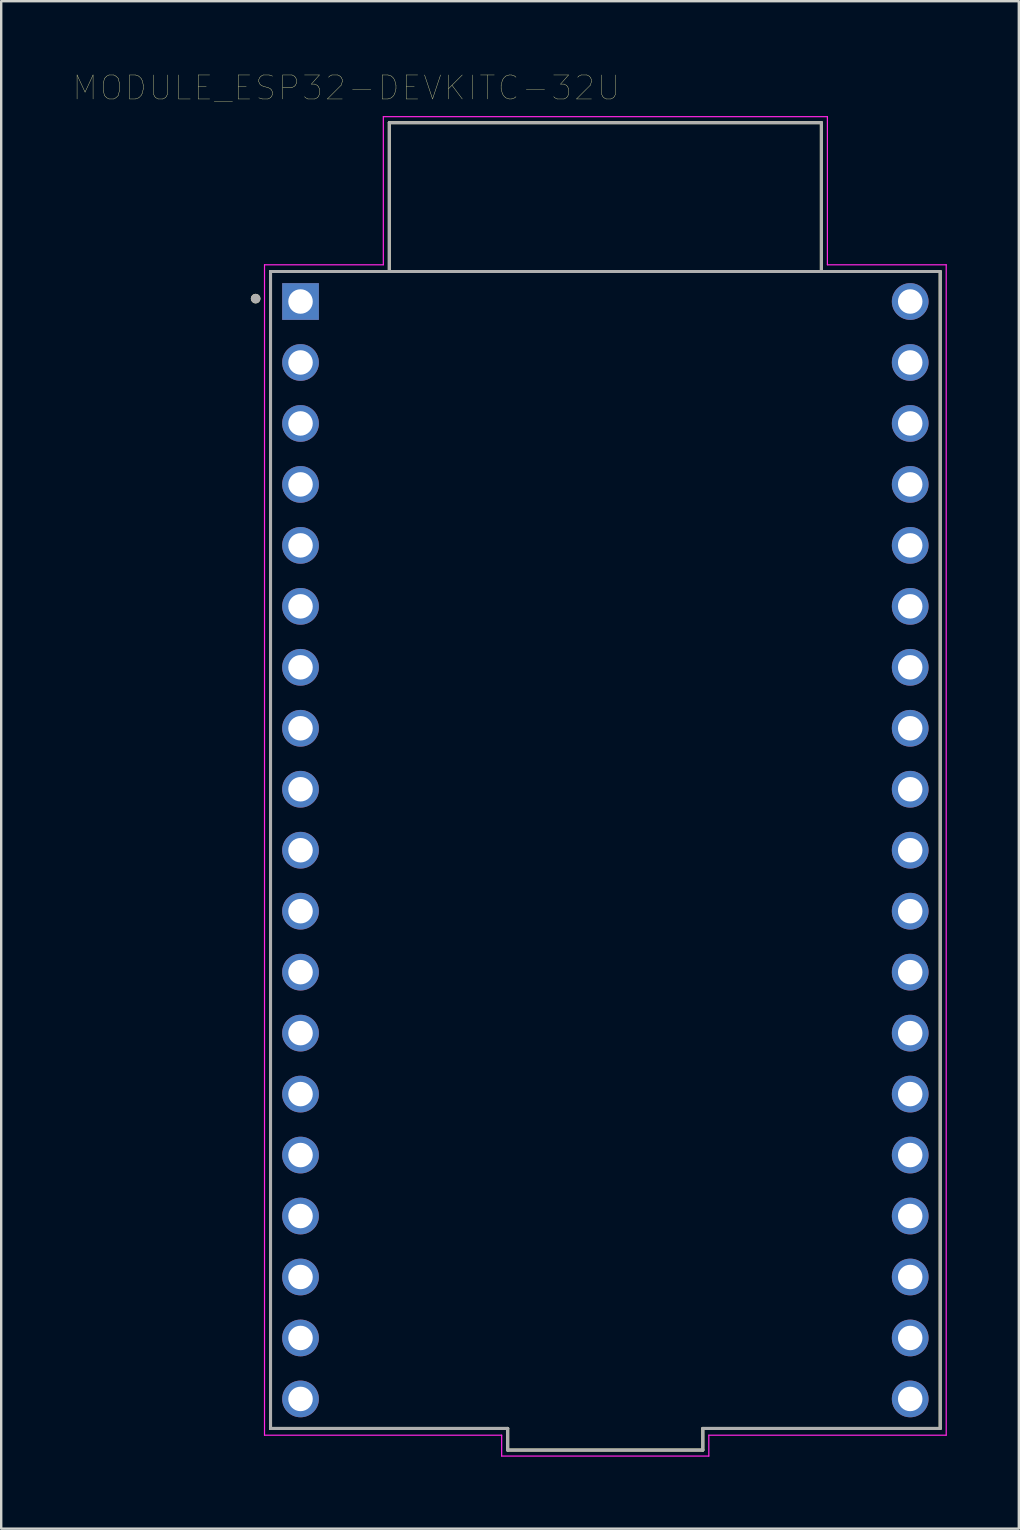
<source format=kicad_pcb>
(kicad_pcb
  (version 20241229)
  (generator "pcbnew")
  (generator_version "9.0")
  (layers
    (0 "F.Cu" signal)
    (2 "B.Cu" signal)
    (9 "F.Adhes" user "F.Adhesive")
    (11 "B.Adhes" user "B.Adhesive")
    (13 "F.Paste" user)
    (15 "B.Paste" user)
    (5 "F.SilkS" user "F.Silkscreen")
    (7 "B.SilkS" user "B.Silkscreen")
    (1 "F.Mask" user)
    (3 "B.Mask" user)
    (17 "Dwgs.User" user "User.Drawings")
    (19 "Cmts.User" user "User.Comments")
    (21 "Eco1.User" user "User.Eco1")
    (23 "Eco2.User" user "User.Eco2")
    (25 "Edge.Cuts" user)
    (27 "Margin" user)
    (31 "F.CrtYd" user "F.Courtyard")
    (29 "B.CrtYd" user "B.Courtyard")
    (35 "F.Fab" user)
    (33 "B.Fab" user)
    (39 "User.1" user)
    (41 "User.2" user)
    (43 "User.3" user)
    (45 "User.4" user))
  (footprint "MODULE_ESP32-DEVKITC-32U"
    (layer "F.Cu")
    (at 22.17 32.361)
    (property "Reference" "MODULE_ESP32-DEVKITC-32U" (at -10.795 -31.75 0) (layer "F.SilkS") (effects (font (size 1 1) (thickness 0.015))))
    (attr through_hole)
    (fp_line (start -13.95 -24.1) (end -13.95 24.1) (stroke (width 0.127) (type solid)) (layer "F.SilkS"))
    (fp_line (start -13.95 24.1) (end -4.07 24.1) (stroke (width 0.127) (type solid)) (layer "F.SilkS"))
    (fp_line (start -9 -30.3) (end 9 -30.3) (stroke (width 0.127) (type solid)) (layer "F.SilkS"))
    (fp_line (start -9 -24.1) (end -13.95 -24.1) (stroke (width 0.127) (type solid)) (layer "F.SilkS"))
    (fp_line (start -9 -24.1) (end -9 -30.3) (stroke (width 0.127) (type solid)) (layer "F.SilkS"))
    (fp_line (start -4.07 24.1) (end -4.07 25) (stroke (width 0.127) (type solid)) (layer "F.SilkS"))
    (fp_line (start -4.07 25) (end 4.06 25) (stroke (width 0.127) (type solid)) (layer "F.SilkS"))
    (fp_line (start 4.06 24.1) (end 13.95 24.1) (stroke (width 0.127) (type solid)) (layer "F.SilkS"))
    (fp_line (start 4.06 25) (end 4.06 24.1) (stroke (width 0.127) (type solid)) (layer "F.SilkS"))
    (fp_line (start 9 -30.3) (end 9 -24.1) (stroke (width 0.127) (type solid)) (layer "F.SilkS"))
    (fp_line (start 13.95 -24.1) (end 9 -24.1) (stroke (width 0.127) (type solid)) (layer "F.SilkS"))
    (fp_line (start 13.95 24.1) (end 13.95 -24.1) (stroke (width 0.127) (type solid)) (layer "F.SilkS"))
    (fp_circle (center -14.57 -22.97) (end -14.47 -22.97) (stroke (width 0.2) (type solid)) (fill no) (layer "F.SilkS"))
    (fp_line (start -14.2 -24.38) (end -14.2 24.38) (stroke (width 0.05) (type solid)) (layer "F.CrtYd"))
    (fp_line (start -14.2 24.38) (end -4.32 24.38) (stroke (width 0.05) (type solid)) (layer "F.CrtYd"))
    (fp_line (start -9.25 -30.55) (end 9.25 -30.55) (stroke (width 0.05) (type solid)) (layer "F.CrtYd"))
    (fp_line (start -9.25 -24.38) (end -14.2 -24.38) (stroke (width 0.05) (type solid)) (layer "F.CrtYd"))
    (fp_line (start -9.25 -24.38) (end -9.25 -30.55) (stroke (width 0.05) (type solid)) (layer "F.CrtYd"))
    (fp_line (start -4.32 24.38) (end -4.32 25.25) (stroke (width 0.05) (type solid)) (layer "F.CrtYd"))
    (fp_line (start -4.32 25.25) (end 4.31 25.25) (stroke (width 0.05) (type solid)) (layer "F.CrtYd"))
    (fp_line (start 4.31 24.38) (end 14.2 24.38) (stroke (width 0.05) (type solid)) (layer "F.CrtYd"))
    (fp_line (start 4.31 25.25) (end 4.31 24.38) (stroke (width 0.05) (type solid)) (layer "F.CrtYd"))
    (fp_line (start 9.25 -30.55) (end 9.25 -24.38) (stroke (width 0.05) (type solid)) (layer "F.CrtYd"))
    (fp_line (start 14.2 -24.38) (end 9.25 -24.38) (stroke (width 0.05) (type solid)) (layer "F.CrtYd"))
    (fp_line (start 14.2 24.38) (end 14.2 -24.38) (stroke (width 0.05) (type solid)) (layer "F.CrtYd"))
    (fp_line (start -13.95 -24.1) (end -13.95 24.1) (stroke (width 0.127) (type solid)) (layer "F.Fab"))
    (fp_line (start -13.95 24.1) (end -4.07 24.1) (stroke (width 0.127) (type solid)) (layer "F.Fab"))
    (fp_line (start -9 -30.3) (end 9 -30.3) (stroke (width 0.127) (type solid)) (layer "F.Fab"))
    (fp_line (start -9 -24.1) (end -13.95 -24.1) (stroke (width 0.127) (type solid)) (layer "F.Fab"))
    (fp_line (start -9 -24.1) (end -9 -30.3) (stroke (width 0.127) (type solid)) (layer "F.Fab"))
    (fp_line (start -4.07 24.1) (end -4.07 25) (stroke (width 0.127) (type solid)) (layer "F.Fab"))
    (fp_line (start -4.07 25) (end 4.06 25) (stroke (width 0.127) (type solid)) (layer "F.Fab"))
    (fp_line (start 4.06 24.1) (end 13.95 24.1) (stroke (width 0.127) (type solid)) (layer "F.Fab"))
    (fp_line (start 4.06 25) (end 4.06 24.1) (stroke (width 0.127) (type solid)) (layer "F.Fab"))
    (fp_line (start 9 -30.3) (end 9 -24.1) (stroke (width 0.127) (type solid)) (layer "F.Fab"))
    (fp_line (start 9 -24.1) (end -9 -24.1) (stroke (width 0.127) (type solid)) (layer "F.Fab"))
    (fp_line (start 13.95 -24.1) (end 9 -24.1) (stroke (width 0.127) (type solid)) (layer "F.Fab"))
    (fp_line (start 13.95 24.1) (end 13.95 -24.1) (stroke (width 0.127) (type solid)) (layer "F.Fab"))
    (fp_circle (center -14.57 -22.97) (end -14.47 -22.97) (stroke (width 0.2) (type solid)) (fill no) (layer "F.Fab"))
    (pad "1" thru_hole rect (at -12.7 -22.85) (size 1.53 1.53) (drill 1.02) (layers "*.Cu" "*.Mask"))
    (pad "2" thru_hole circle (at -12.7 -20.31) (size 1.53 1.53) (drill 1.02) (layers "*.Cu" "*.Mask"))
    (pad "3" thru_hole circle (at -12.7 -17.77) (size 1.53 1.53) (drill 1.02) (layers "*.Cu" "*.Mask"))
    (pad "4" thru_hole circle (at -12.7 -15.23) (size 1.53 1.53) (drill 1.02) (layers "*.Cu" "*.Mask"))
    (pad "5" thru_hole circle (at -12.7 -12.69) (size 1.53 1.53) (drill 1.02) (layers "*.Cu" "*.Mask"))
    (pad "6" thru_hole circle (at -12.7 -10.15) (size 1.53 1.53) (drill 1.02) (layers "*.Cu" "*.Mask"))
    (pad "7" thru_hole circle (at -12.7 -7.61) (size 1.53 1.53) (drill 1.02) (layers "*.Cu" "*.Mask"))
    (pad "8" thru_hole circle (at -12.7 -5.07) (size 1.53 1.53) (drill 1.02) (layers "*.Cu" "*.Mask"))
    (pad "9" thru_hole circle (at -12.7 -2.53) (size 1.53 1.53) (drill 1.02) (layers "*.Cu" "*.Mask"))
    (pad "10" thru_hole circle (at -12.7 0.01) (size 1.53 1.53) (drill 1.02) (layers "*.Cu" "*.Mask"))
    (pad "11" thru_hole circle (at -12.7 2.55) (size 1.53 1.53) (drill 1.02) (layers "*.Cu" "*.Mask"))
    (pad "12" thru_hole circle (at -12.7 5.09) (size 1.53 1.53) (drill 1.02) (layers "*.Cu" "*.Mask"))
    (pad "13" thru_hole circle (at -12.7 7.63) (size 1.53 1.53) (drill 1.02) (layers "*.Cu" "*.Mask"))
    (pad "14" thru_hole circle (at -12.7 10.17) (size 1.53 1.53) (drill 1.02) (layers "*.Cu" "*.Mask"))
    (pad "15" thru_hole circle (at -12.7 12.71) (size 1.53 1.53) (drill 1.02) (layers "*.Cu" "*.Mask"))
    (pad "16" thru_hole circle (at -12.7 15.25) (size 1.53 1.53) (drill 1.02) (layers "*.Cu" "*.Mask"))
    (pad "17" thru_hole circle (at -12.7 17.79) (size 1.53 1.53) (drill 1.02) (layers "*.Cu" "*.Mask"))
    (pad "18" thru_hole circle (at -12.7 20.33) (size 1.53 1.53) (drill 1.02) (layers "*.Cu" "*.Mask"))
    (pad "19" thru_hole circle (at -12.7 22.87) (size 1.53 1.53) (drill 1.02) (layers "*.Cu" "*.Mask"))
    (pad "20" thru_hole circle (at 12.7 22.87) (size 1.53 1.53) (drill 1.02) (layers "*.Cu" "*.Mask"))
    (pad "21" thru_hole circle (at 12.7 20.33) (size 1.53 1.53) (drill 1.02) (layers "*.Cu" "*.Mask"))
    (pad "22" thru_hole circle (at 12.7 17.79) (size 1.53 1.53) (drill 1.02) (layers "*.Cu" "*.Mask"))
    (pad "23" thru_hole circle (at 12.7 15.25) (size 1.53 1.53) (drill 1.02) (layers "*.Cu" "*.Mask"))
    (pad "24" thru_hole circle (at 12.7 12.71) (size 1.53 1.53) (drill 1.02) (layers "*.Cu" "*.Mask"))
    (pad "25" thru_hole circle (at 12.7 10.17) (size 1.53 1.53) (drill 1.02) (layers "*.Cu" "*.Mask"))
    (pad "26" thru_hole circle (at 12.7 7.63) (size 1.53 1.53) (drill 1.02) (layers "*.Cu" "*.Mask"))
    (pad "27" thru_hole circle (at 12.7 5.09) (size 1.53 1.53) (drill 1.02) (layers "*.Cu" "*.Mask"))
    (pad "28" thru_hole circle (at 12.7 2.55) (size 1.53 1.53) (drill 1.02) (layers "*.Cu" "*.Mask"))
    (pad "29" thru_hole circle (at 12.7 0.01) (size 1.53 1.53) (drill 1.02) (layers "*.Cu" "*.Mask"))
    (pad "30" thru_hole circle (at 12.7 -2.53) (size 1.53 1.53) (drill 1.02) (layers "*.Cu" "*.Mask"))
    (pad "31" thru_hole circle (at 12.7 -5.07) (size 1.53 1.53) (drill 1.02) (layers "*.Cu" "*.Mask"))
    (pad "32" thru_hole circle (at 12.7 -7.61) (size 1.53 1.53) (drill 1.02) (layers "*.Cu" "*.Mask"))
    (pad "33" thru_hole circle (at 12.7 -10.15) (size 1.53 1.53) (drill 1.02) (layers "*.Cu" "*.Mask"))
    (pad "34" thru_hole circle (at 12.7 -12.69) (size 1.53 1.53) (drill 1.02) (layers "*.Cu" "*.Mask"))
    (pad "35" thru_hole circle (at 12.7 -15.23) (size 1.53 1.53) (drill 1.02) (layers "*.Cu" "*.Mask"))
    (pad "36" thru_hole circle (at 12.7 -17.77) (size 1.53 1.53) (drill 1.02) (layers "*.Cu" "*.Mask"))
    (pad "37" thru_hole circle (at 12.7 -20.31) (size 1.53 1.53) (drill 1.02) (layers "*.Cu" "*.Mask"))
    (pad "38" thru_hole circle (at 12.7 -22.85) (size 1.53 1.53) (drill 1.02) (layers "*.Cu" "*.Mask")))
  (gr_rect
    (start -3 -3)
    (end 39.395 60.636)
    (stroke (width 0.1) (type default))
    (fill no)
    (layer "Edge.Cuts")))
</source>
